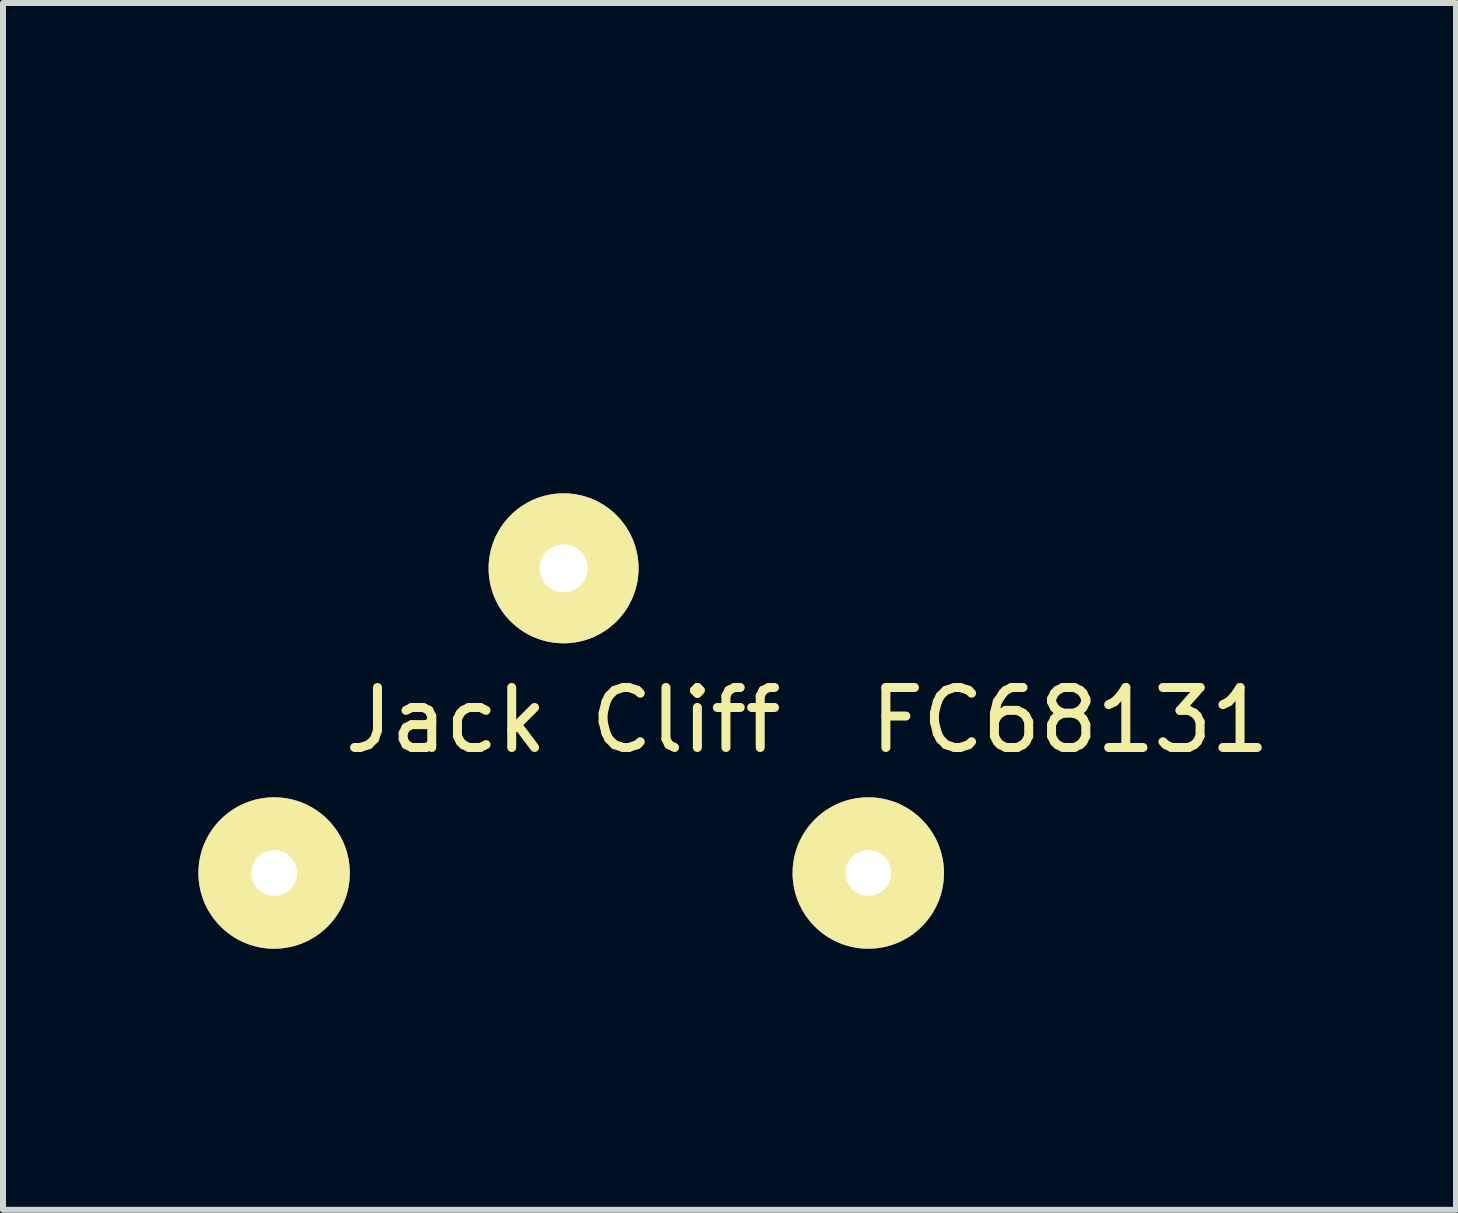
<source format=kicad_pcb>
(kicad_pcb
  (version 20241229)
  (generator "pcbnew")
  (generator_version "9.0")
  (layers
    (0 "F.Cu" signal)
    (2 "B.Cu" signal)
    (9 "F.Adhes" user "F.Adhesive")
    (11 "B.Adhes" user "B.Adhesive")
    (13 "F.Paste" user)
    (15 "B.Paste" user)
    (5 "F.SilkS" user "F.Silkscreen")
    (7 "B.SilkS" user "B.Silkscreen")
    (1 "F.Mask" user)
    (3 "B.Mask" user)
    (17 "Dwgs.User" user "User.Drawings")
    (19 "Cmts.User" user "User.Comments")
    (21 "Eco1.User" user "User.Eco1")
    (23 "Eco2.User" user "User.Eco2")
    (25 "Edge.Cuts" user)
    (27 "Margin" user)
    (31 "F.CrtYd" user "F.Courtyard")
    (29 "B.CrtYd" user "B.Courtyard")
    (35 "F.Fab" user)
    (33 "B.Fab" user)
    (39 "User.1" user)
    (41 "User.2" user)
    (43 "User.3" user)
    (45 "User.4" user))
  (footprint "Jack Cliff  FC68131"
    (layer "F.Cu")
    (at 0.25 2.107)
    (property "Reference" "Jack Cliff  FC68131" (at 10.16 6.85 0) (layer "F.SilkS") (effects (font (size 1 1) (thickness 0.15))))
    (attr through_hole)
    (fp_line (start 0 0) (end 0 11.938) (stroke (width 0.15) (type solid)) (layer "B.Paste"))
    (fp_line (start 0 11.938) (end 12.446 11.938) (stroke (width 0.15) (type solid)) (layer "B.Paste"))
    (fp_line (start 3.048 -2.032) (end 9.144 -2.032) (stroke (width 0.15) (type solid)) (layer "B.Paste"))
    (fp_line (start 3.048 0) (end 3.048 -2.032) (stroke (width 0.15) (type solid)) (layer "B.Paste"))
    (fp_line (start 9.144 -2.032) (end 9.144 0) (stroke (width 0.15) (type solid)) (layer "B.Paste"))
    (fp_line (start 12.446 0) (end 0 0) (stroke (width 0.15) (type solid)) (layer "B.Paste"))
    (fp_line (start 12.446 11.938) (end 12.446 0) (stroke (width 0.15) (type solid)) (layer "B.Paste"))
    (pad "1" thru_hole circle (at 6.096 4.318) (size 2.5 2.5) (drill 0.8) (layers "*.Cu" "*.Mask" "F.SilkS"))
    (pad "2" thru_hole circle (at 1.27 9.398) (size 2.524 2.524) (drill 0.762) (layers "*.Cu" "*.Mask" "F.SilkS"))
    (pad "3" thru_hole circle (at 11.176 9.398) (size 2.524 2.524) (drill 0.762) (layers "*.Cu" "*.Mask" "F.SilkS")))
  (gr_rect
    (start -3 -3)
    (end 21.225 17.12)
    (stroke (width 0.1) (type default))
    (fill no)
    (layer "Edge.Cuts")))
</source>
